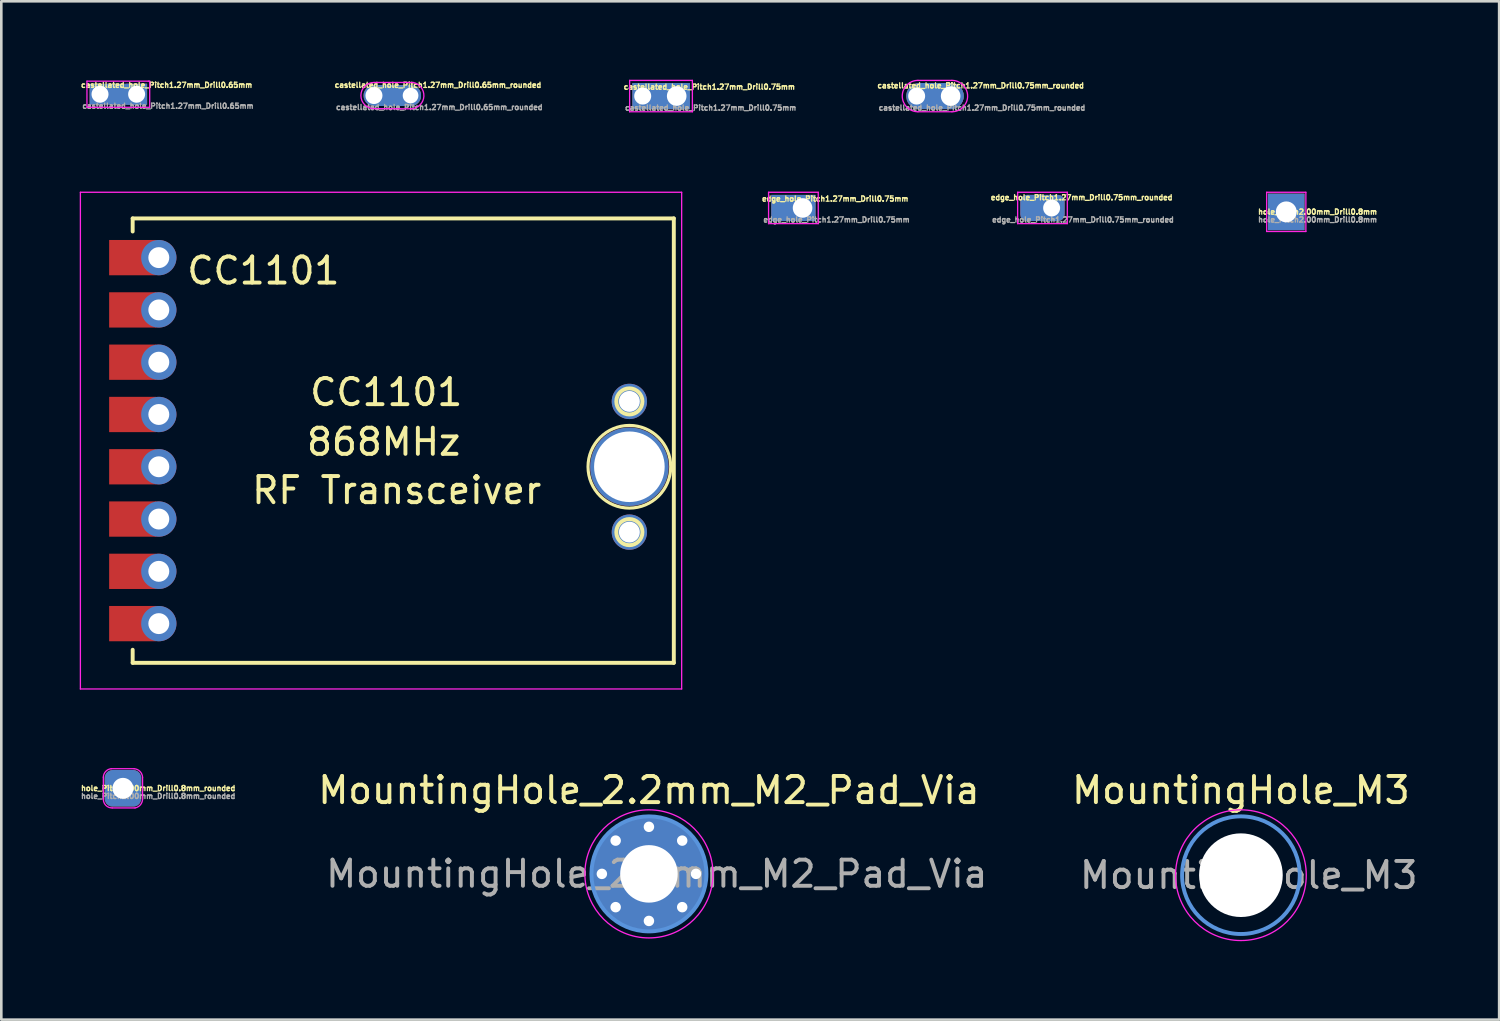
<source format=kicad_pcb>
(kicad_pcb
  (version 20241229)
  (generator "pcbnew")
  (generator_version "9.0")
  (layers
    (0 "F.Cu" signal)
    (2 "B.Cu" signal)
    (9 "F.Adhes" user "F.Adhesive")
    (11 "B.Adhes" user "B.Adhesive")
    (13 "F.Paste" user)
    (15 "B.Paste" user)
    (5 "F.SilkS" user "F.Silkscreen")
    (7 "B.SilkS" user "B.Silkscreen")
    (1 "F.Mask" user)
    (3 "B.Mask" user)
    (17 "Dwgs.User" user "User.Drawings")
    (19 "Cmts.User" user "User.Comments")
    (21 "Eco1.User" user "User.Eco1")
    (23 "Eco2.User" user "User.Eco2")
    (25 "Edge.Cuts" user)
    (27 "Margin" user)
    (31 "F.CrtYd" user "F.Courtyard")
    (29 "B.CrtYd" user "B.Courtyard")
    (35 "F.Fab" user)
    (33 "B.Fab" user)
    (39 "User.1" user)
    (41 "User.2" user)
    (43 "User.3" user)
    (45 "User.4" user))
  (footprint "hole_Pitch2.00mm_Drill0.8mm"
    (layer "F.Cu")
    (at 45.153 5.055)
    (property "Reference" "hole_Pitch2.00mm_Drill0.8mm" (at 2.2 0 0) (unlocked yes) (layer "F.SilkS") (effects (font (size 0.2 0.2) (thickness 0.05))))
    (attr smd)
    (fp_line (start 0.25 -0.75) (end 1.75 -0.75) (stroke (width 0.05) (type solid)) (layer "F.CrtYd"))
    (fp_line (start 0.25 0.75) (end 0.25 -0.75) (stroke (width 0.05) (type solid)) (layer "F.CrtYd"))
    (fp_line (start 1.75 -0.75) (end 1.75 0.75) (stroke (width 0.05) (type solid)) (layer "F.CrtYd"))
    (fp_line (start 1.75 0.75) (end 0.25 0.75) (stroke (width 0.05) (type solid)) (layer "F.CrtYd"))
    (fp_text user "${REFERENCE}" (at 2.2 0.3 0) (unlocked yes) (layer "F.Fab") (effects (font (size 0.2 0.2) (thickness 0.05))))
    (pad "1" thru_hole rect (at 1 0) (size 1.4 1.4) (drill 0.8) (property pad_prop_castellated) (layers "*.Cu" "*.Mask")))
  (footprint "castellated_hole_Pitch1.27mm_Drill0.75mm_rounded"
    (layer "F.Cu")
    (at 32.014 0.625)
    (property "Reference" "castellated_hole_Pitch1.27mm_Drill0.75mm_rounded" (at 2.45 -0.4 0) (unlocked yes) (layer "F.SilkS") (effects (font (size 0.2 0.2) (thickness 0.05))))
    (attr smd)
    (fp_line (start 0.05 -0.6) (end 1.35 -0.6) (stroke (width 0.05) (type solid)) (layer "F.CrtYd"))
    (fp_line (start 1.35 0.6) (end 0.05 0.6) (stroke (width 0.05) (type solid)) (layer "F.CrtYd"))
    (fp_arc (start 0.05 0.6) (mid -0.55 0) (end 0.05 -0.6) (stroke (width 0.05) (type solid)) (layer "F.CrtYd"))
    (fp_arc (start 1.35 -0.6) (mid 1.95 0) (end 1.35 0.6) (stroke (width 0.05) (type solid)) (layer "F.CrtYd"))
    (fp_text user "${REFERENCE}" (at 2.5 0.45 0) (unlocked yes) (layer "F.Fab") (effects (font (size 0.2 0.2) (thickness 0.05))))
    (pad "1" thru_hole oval (at 0 0) (size 2.2 1) (drill 0.65 (offset 0.7 0)) (property pad_prop_castellated) (layers "*.Cu" "*.Mask"))
    (pad "1" thru_hole oval (at 1.3 0) (size 1 1) (drill 0.75) (property pad_prop_castellated) (layers "*.Cu" "*.Mask")))
  (footprint "edge_hole_Pitch1.27mm_Drill0.75mm"
    (layer "F.Cu")
    (at 26.35 4.905)
    (property "Reference" "edge_hole_Pitch1.27mm_Drill0.75mm" (at 2.55 -0.35 0) (unlocked yes) (layer "F.SilkS") (effects (font (size 0.2 0.2) (thickness 0.05))))
    (attr smd)
    (fp_line (start 0 -0.6) (end 1.9 -0.6) (stroke (width 0.05) (type solid)) (layer "F.CrtYd"))
    (fp_line (start 0 0.6) (end 0 -0.6) (stroke (width 0.05) (type solid)) (layer "F.CrtYd"))
    (fp_line (start 1.9 -0.6) (end 1.9 0.6) (stroke (width 0.05) (type solid)) (layer "F.CrtYd"))
    (fp_line (start 1.9 0.6) (end 0 0.6) (stroke (width 0.05) (type solid)) (layer "F.CrtYd"))
    (fp_text user "${REFERENCE}" (at 2.6 0.45 0) (unlocked yes) (layer "F.Fab") (effects (font (size 0.2 0.2) (thickness 0.05))))
    (pad "1" thru_hole rect (at 1.3 0) (size 1.7 1) (drill 0.75 (offset -0.35 0)) (property pad_prop_castellated) (layers "*.Cu" "*.Mask")))
  (footprint "edge_hole_Pitch1.27mm_Drill0.75mm_rounded"
    (layer "F.Cu")
    (at 35.877 4.905)
    (property "Reference" "edge_hole_Pitch1.27mm_Drill0.75mm_rounded" (at 2.45 -0.4 0) (unlocked yes) (layer "F.SilkS") (effects (font (size 0.2 0.2) (thickness 0.05))))
    (attr smd)
    (fp_line (start 0 -0.6) (end 1.9 -0.6) (stroke (width 0.05) (type solid)) (layer "F.CrtYd"))
    (fp_line (start 0 0.6) (end 0 -0.6) (stroke (width 0.05) (type solid)) (layer "F.CrtYd"))
    (fp_line (start 1.9 -0.6) (end 1.9 0.6) (stroke (width 0.05) (type solid)) (layer "F.CrtYd"))
    (fp_line (start 1.9 0.6) (end 0 0.6) (stroke (width 0.05) (type solid)) (layer "F.CrtYd"))
    (fp_text user "${REFERENCE}" (at 2.5 0.45 0) (unlocked yes) (layer "F.Fab") (effects (font (size 0.2 0.2) (thickness 0.05))))
    (pad "1" thru_hole roundrect (at 1.3 0) (size 1.7 1) (drill 0.65 (offset -0.35 0)) (property pad_prop_castellated) (layers "*.Cu" "*.Mask") (roundrect_rratio 0.25)))
  (footprint "hole_Pitch2.00mm_Drill0.8mm_rounded"
    (layer "F.Cu")
    (at 0.653 27.105)
    (property "Reference" "hole_Pitch2.00mm_Drill0.8mm_rounded" (at 2.35 0 0) (unlocked yes) (layer "F.SilkS") (effects (font (size 0.2 0.2) (thickness 0.05))))
    (attr smd)
    (fp_line (start 0.25 -0.425) (end 0.25 0.425) (stroke (width 0.05) (type solid)) (layer "F.CrtYd"))
    (fp_line (start 0.55 -0.75) (end 1.425 -0.75) (stroke (width 0.05) (type solid)) (layer "F.CrtYd"))
    (fp_line (start 0.588 0.75) (end 1.462 0.75) (stroke (width 0.05) (type solid)) (layer "F.CrtYd"))
    (fp_line (start 1.75 -0.425) (end 1.75 0.425) (stroke (width 0.05) (type solid)) (layer "F.CrtYd"))
    (fp_arc (start 0.25 -0.425) (mid 0.338601 -0.644176) (end 0.55 -0.75) (stroke (width 0.05) (type solid)) (layer "F.CrtYd"))
    (fp_arc (start 0.5875 0.75) (mid 0.35141 0.65743) (end 0.25 0.425) (stroke (width 0.05) (type solid)) (layer "F.CrtYd"))
    (fp_arc (start 1.425 -0.75) (mid 1.649661 -0.649661) (end 1.75 -0.425) (stroke (width 0.05) (type solid)) (layer "F.CrtYd"))
    (fp_arc (start 1.75 0.425) (mid 1.663042 0.637739) (end 1.4625 0.75) (stroke (width 0.05) (type solid)) (layer "F.CrtYd"))
    (fp_text user "${REFERENCE}" (at 2.35 0.3 0) (unlocked yes) (layer "F.Fab") (effects (font (size 0.2 0.2) (thickness 0.05))))
    (pad "1" thru_hole roundrect (at 1 0) (size 1.4 1.4) (drill 0.8) (property pad_prop_castellated) (layers "*.Cu" "*.Mask") (roundrect_rratio 0.214)))
  (footprint "castellated_hole_Pitch1.27mm_Drill0.75mm"
    (layer "F.Cu")
    (at 21.535 0.625)
    (property "Reference" "castellated_hole_Pitch1.27mm_Drill0.75mm" (at 2.55 -0.35 0) (unlocked yes) (layer "F.SilkS") (effects (font (size 0.2 0.2) (thickness 0.05))))
    (attr smd)
    (fp_line (start -0.5 -0.6) (end 1.9 -0.6) (stroke (width 0.05) (type solid)) (layer "F.CrtYd"))
    (fp_line (start -0.5 0.6) (end -0.5 -0.6) (stroke (width 0.05) (type solid)) (layer "F.CrtYd"))
    (fp_line (start 1.9 -0.6) (end 1.9 0.6) (stroke (width 0.05) (type solid)) (layer "F.CrtYd"))
    (fp_line (start 1.9 0.6) (end -0.5 0.6) (stroke (width 0.05) (type solid)) (layer "F.CrtYd"))
    (fp_text user "${REFERENCE}" (at 2.6 0.45 0) (unlocked yes) (layer "F.Fab") (effects (font (size 0.2 0.2) (thickness 0.05))))
    (pad "1" thru_hole rect (at 0 0) (size 2.2 1) (drill 0.65 (offset 0.7 0)) (property pad_prop_castellated) (layers "*.Cu" "*.Mask"))
    (pad "1" thru_hole rect (at 1.3 0) (size 1 1) (drill 0.75) (property pad_prop_castellated) (layers "*.Cu" "*.Mask")))
  (footprint "castellated_hole_Pitch1.27mm_Drill0.65mm"
    (layer "F.Cu")
    (at 0.776 0.555)
    (property "Reference" "castellated_hole_Pitch1.27mm_Drill0.65mm" (at 2.55 -0.35 0) (unlocked yes) (layer "F.SilkS") (effects (font (size 0.2 0.2) (thickness 0.05))))
    (attr smd)
    (fp_line (start -0.5 -0.5) (end 1.85 -0.5) (stroke (width 0.05) (type solid)) (layer "F.CrtYd"))
    (fp_line (start -0.5 0.5) (end -0.5 -0.5) (stroke (width 0.05) (type solid)) (layer "F.CrtYd"))
    (fp_line (start 1.85 -0.5) (end 1.9 -0.5) (stroke (width 0.05) (type solid)) (layer "F.CrtYd"))
    (fp_line (start 1.9 -0.5) (end 1.9 0.5) (stroke (width 0.05) (type solid)) (layer "F.CrtYd"))
    (fp_line (start 1.9 0.5) (end -0.5 0.5) (stroke (width 0.05) (type solid)) (layer "F.CrtYd"))
    (fp_text user "${REFERENCE}" (at 2.6 0.45 0) (unlocked yes) (layer "F.Fab") (effects (font (size 0.2 0.2) (thickness 0.05))))
    (pad "1" thru_hole rect (at 0 0) (size 2.2 0.8) (drill 0.65 (offset 0.7 0)) (property pad_prop_castellated) (layers "*.Cu" "*.Mask"))
    (pad "1" thru_hole rect (at 1.4 0) (size 0.8 0.8) (drill 0.65) (property pad_prop_castellated) (layers "*.Cu" "*.Mask")))
  (footprint "castellated_hole_Pitch1.27mm_Drill0.65mm_rounded"
    (layer "F.Cu")
    (at 11.255 0.605)
    (property "Reference" "castellated_hole_Pitch1.27mm_Drill0.65mm_rounded" (at 2.45 -0.4 0) (unlocked yes) (layer "F.SilkS") (effects (font (size 0.2 0.2) (thickness 0.05))))
    (attr smd)
    (fp_line (start 0 -0.5) (end 1.5 -0.5) (stroke (width 0.05) (type solid)) (layer "F.CrtYd"))
    (fp_line (start 1.451 0.507) (end 0 0.5) (stroke (width 0.05) (type solid)) (layer "F.CrtYd"))
    (fp_arc (start 0 0.5) (mid -0.5 0) (end 0 -0.5) (stroke (width 0.05) (type solid)) (layer "F.CrtYd"))
    (fp_arc (start 1.5 -0.499999) (mid 1.909292 0.024906) (end 1.450737 0.50737) (stroke (width 0.05) (type solid)) (layer "F.CrtYd"))
    (fp_text user "${REFERENCE}" (at 2.5 0.45 0) (unlocked yes) (layer "F.Fab") (effects (font (size 0.2 0.2) (thickness 0.05))))
    (pad "1" thru_hole oval (at 0 0) (size 2.2 0.8) (drill 0.65 (offset 0.7 0)) (property pad_prop_castellated) (layers "*.Cu" "*.Mask"))
    (pad "1" thru_hole oval (at 1.4 0) (size 0.8 0.8) (drill 0.6) (property pad_prop_castellated) (layers "*.Cu" "*.Mask")))
  (footprint "CC1101"
    (layer "F.Cu")
    (at 0.525 5.305)
    (property "Reference" "CC1101" (at 6.5 2 0) (layer "F.SilkS") (effects (font (size 1 1) (thickness 0.15))))
    (attr through_hole)
    (fp_line (start 1.5 0) (end 1.5 0.5) (stroke (width 0.15) (type solid)) (layer "F.SilkS"))
    (fp_line (start 1.5 0) (end 22.2 0) (stroke (width 0.15) (type solid)) (layer "F.SilkS"))
    (fp_line (start 1.5 17) (end 1.5 16.5) (stroke (width 0.15) (type solid)) (layer "F.SilkS"))
    (fp_line (start 22.2 0) (end 22.2 17) (stroke (width 0.15) (type solid)) (layer "F.SilkS"))
    (fp_line (start 22.2 17) (end 1.5 17) (stroke (width 0.15) (type solid)) (layer "F.SilkS"))
    (fp_circle (center 20.5 7) (end 20.5 7.5) (stroke (width 0.15) (type solid)) (fill no) (layer "F.SilkS"))
    (fp_circle (center 20.5 9.5) (end 21.4 8.2) (stroke (width 0.12) (type solid)) (fill no) (layer "F.SilkS"))
    (fp_circle (center 20.5 12) (end 20.5 12.5) (stroke (width 0.15) (type solid)) (fill no) (layer "F.SilkS"))
    (fp_circle (center 20.5 9.5) (end 21.625 9.5) (stroke (width 0.15) (type solid)) (fill no) (layer "Cmts.User"))
    (fp_line (start -0.5 -1) (end 22.5 -1) (stroke (width 0.05) (type solid)) (layer "F.CrtYd"))
    (fp_line (start -0.5 18) (end -0.5 -1) (stroke (width 0.05) (type solid)) (layer "F.CrtYd"))
    (fp_line (start 22.5 -1) (end 22.5 18) (stroke (width 0.05) (type solid)) (layer "F.CrtYd"))
    (fp_line (start 22.5 18) (end -0.5 18) (stroke (width 0.05) (type solid)) (layer "F.CrtYd"))
    (fp_text user "868MHz" (at 11.1 8.55 0) (layer "F.SilkS") (effects (font (size 1 1) (thickness 0.15))))
    (fp_text user "CC1101" (at 11.2 6.65 0) (layer "F.SilkS") (effects (font (size 1 1) (thickness 0.15))))
    (fp_text user "RF Transceiver" (at 11.6 10.4 0) (layer "F.SilkS") (effects (font (size 1 1) (thickness 0.15))))
    (pad "1A" thru_hole circle (at 20.5 7) (size 1.35 1.35) (drill 0.8) (layers "*.Cu" "*.Mask"))
    (pad "1C" connect rect (at 1.5 1.5) (size 1.8 1.35) (layers "F.Cu" "F.Mask"))
    (pad "1C" thru_hole circle (at 2.5 1.5) (size 1.35 1.35) (drill 0.8) (layers "*.Cu" "*.Mask"))
    (pad "2A" thru_hole circle (at 20.5 9.5) (size 3 3) (drill 2.7) (layers "*.Cu" "*.Mask"))
    (pad "2C" connect rect (at 1.5 3.5) (size 1.8 1.35) (layers "F.Cu" "F.Mask"))
    (pad "2C" thru_hole circle (at 2.5 3.5) (size 1.35 1.35) (drill 0.8) (layers "*.Cu" "*.Mask"))
    (pad "3A" thru_hole circle (at 20.5 12) (size 1.35 1.35) (drill 0.8) (layers "*.Cu" "*.Mask"))
    (pad "3C" connect rect (at 1.5 5.5) (size 1.8 1.35) (layers "F.Cu" "F.Mask"))
    (pad "3C" thru_hole circle (at 2.5 5.5) (size 1.35 1.35) (drill 0.8) (layers "*.Cu" "*.Mask"))
    (pad "4C" connect rect (at 1.5 7.5) (size 1.8 1.35) (layers "F.Cu" "F.Mask"))
    (pad "4C" thru_hole circle (at 2.5 7.5) (size 1.35 1.35) (drill 0.8) (layers "*.Cu" "*.Mask"))
    (pad "5C" connect rect (at 1.5 9.5) (size 1.8 1.35) (layers "F.Cu" "F.Mask"))
    (pad "5C" thru_hole circle (at 2.5 9.5) (size 1.35 1.35) (drill 0.8) (layers "*.Cu" "*.Mask"))
    (pad "6C" connect rect (at 1.5 11.5) (size 1.8 1.35) (layers "F.Cu" "F.Mask"))
    (pad "6C" thru_hole circle (at 2.5 11.5) (size 1.35 1.35) (drill 0.8) (layers "*.Cu" "*.Mask"))
    (pad "7C" connect rect (at 1.5 13.5) (size 1.8 1.35) (layers "F.Cu" "F.Mask"))
    (pad "7C" thru_hole circle (at 2.5 13.5) (size 1.35 1.35) (drill 0.8) (layers "*.Cu" "*.Mask"))
    (pad "8C" connect rect (at 1.5 15.5) (size 1.8 1.35) (layers "F.Cu" "F.Mask"))
    (pad "8C" thru_hole circle (at 2.5 15.5) (size 1.35 1.35) (drill 0.8) (layers "*.Cu" "*.Mask")))
  (footprint "MountingHole_M3"
    (layer "F.Cu")
    (at 44.418 30.428)
    (property "Reference" "MountingHole_M3" (at 0 -3.25 0) (layer "F.SilkS") (effects (font (size 1 1) (thickness 0.15))))
    (attr exclude_from_pos_files exclude_from_bom)
    (fp_circle (center 0 0) (end 2.25 0) (stroke (width 0.15) (type solid)) (fill no) (layer "Cmts.User"))
    (fp_circle (center 0 0) (end 2.5 0) (stroke (width 0.05) (type solid)) (fill no) (layer "F.CrtYd"))
    (fp_text user "${REFERENCE}" (at 0.3 0 0) (layer "F.Fab") (effects (font (size 1 1) (thickness 0.15))))
    (pad "" np_thru_hole circle (at 0 0) (size 3.2 3.2) (drill 3.2) (layers "*.Cu" "*.Mask")))
  (footprint "MountingHole_2.2mm_M2_Pad_Via"
    (layer "F.Cu")
    (at 21.773 30.378)
    (property "Reference" "MountingHole_2.2mm_M2_Pad_Via" (at 0 -3.2 0) (layer "F.SilkS") (effects (font (size 1 1) (thickness 0.15))))
    (attr exclude_from_pos_files exclude_from_bom)
    (fp_circle (center 0 0) (end 2.2 0) (stroke (width 0.15) (type solid)) (fill no) (layer "Cmts.User"))
    (fp_circle (center 0 0) (end 2.45 0) (stroke (width 0.05) (type solid)) (fill no) (layer "F.CrtYd"))
    (fp_text user "${REFERENCE}" (at 0.3 0 0) (layer "F.Fab") (effects (font (size 1 1) (thickness 0.15))))
    (pad "1" thru_hole circle (at -1.8 0) (size 0.7 0.7) (drill 0.4) (layers "*.Cu" "*.Mask"))
    (pad "1" thru_hole circle (at -1.273 -1.273) (size 0.7 0.7) (drill 0.4) (layers "*.Cu" "*.Mask"))
    (pad "1" thru_hole circle (at -1.273 1.273) (size 0.7 0.7) (drill 0.4) (layers "*.Cu" "*.Mask"))
    (pad "1" thru_hole circle (at 0 -1.8) (size 0.7 0.7) (drill 0.4) (layers "*.Cu" "*.Mask"))
    (pad "1" thru_hole circle (at 0 0) (size 4.4 4.4) (drill 2.2) (layers "*.Cu" "*.Mask"))
    (pad "1" thru_hole circle (at 0 1.8) (size 0.7 0.7) (drill 0.4) (layers "*.Cu" "*.Mask"))
    (pad "1" thru_hole circle (at 1.273 -1.273) (size 0.7 0.7) (drill 0.4) (layers "*.Cu" "*.Mask"))
    (pad "1" thru_hole circle (at 1.273 1.273) (size 0.7 0.7) (drill 0.4) (layers "*.Cu" "*.Mask"))
    (pad "1" thru_hole circle (at 1.8 0) (size 0.7 0.7) (drill 0.4) (layers "*.Cu" "*.Mask")))
  (gr_rect
    (start -3 -3)
    (end 54.296 35.953)
    (stroke (width 0.1) (type default))
    (fill no)
    (layer "Edge.Cuts")))
</source>
